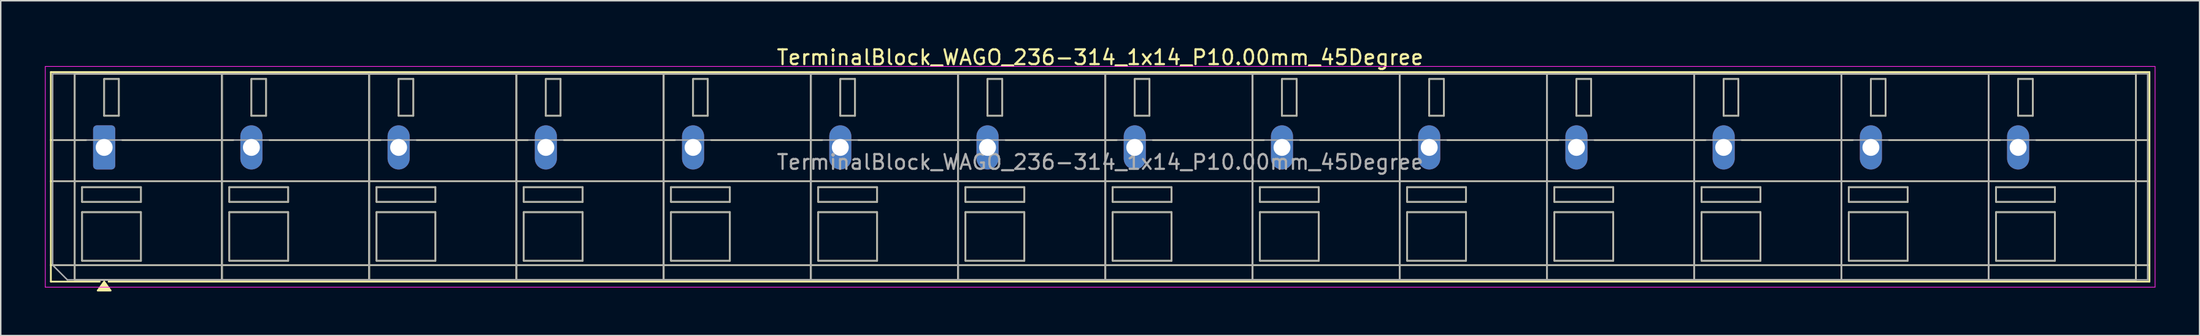
<source format=kicad_pcb>
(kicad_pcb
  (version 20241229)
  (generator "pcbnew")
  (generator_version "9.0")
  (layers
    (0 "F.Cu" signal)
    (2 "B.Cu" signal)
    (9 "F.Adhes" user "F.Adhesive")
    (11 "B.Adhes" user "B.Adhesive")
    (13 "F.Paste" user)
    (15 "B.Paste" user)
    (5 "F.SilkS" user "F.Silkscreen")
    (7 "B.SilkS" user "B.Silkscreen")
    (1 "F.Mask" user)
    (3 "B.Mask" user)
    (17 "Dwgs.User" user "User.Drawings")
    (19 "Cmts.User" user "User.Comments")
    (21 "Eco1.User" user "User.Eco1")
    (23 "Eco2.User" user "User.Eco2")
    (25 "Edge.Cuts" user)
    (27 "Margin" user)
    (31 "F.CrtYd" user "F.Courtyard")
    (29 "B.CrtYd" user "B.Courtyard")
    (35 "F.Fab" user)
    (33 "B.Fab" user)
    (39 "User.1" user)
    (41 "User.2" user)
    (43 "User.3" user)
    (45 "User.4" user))
  (footprint "TerminalBlock_WAGO_236-314_1x14_P10.00mm_45Degree"
    (layer "F.Cu")
    (at 4.025 6.968)
    (property "Reference" "TerminalBlock_WAGO_236-314_1x14_P10.00mm_45Degree" (at 67.65 -6.12 0) (layer "F.SilkS") (effects (font (size 1 1) (thickness 0.15))))
    (attr through_hole)
    (fp_line (start -3.62 -5.12) (end -3.62 9.12) (stroke (width 0.12) (type solid)) (layer "F.SilkS"))
    (fp_line (start -3.62 -5.12) (end 138.92 -5.12) (stroke (width 0.12) (type solid)) (layer "F.SilkS"))
    (fp_line (start -3.62 -0.5) (end -1.23 -0.5) (stroke (width 0.12) (type solid)) (layer "F.SilkS"))
    (fp_line (start -3.62 2.3) (end 138.92 2.3) (stroke (width 0.12) (type solid)) (layer "F.SilkS"))
    (fp_line (start -3.62 8) (end 138.92 8) (stroke (width 0.12) (type solid)) (layer "F.SilkS"))
    (fp_line (start -3.62 9.12) (end -0.3 9.12) (stroke (width 0.12) (type solid)) (layer "F.SilkS"))
    (fp_line (start -2 -5) (end -2 9) (stroke (width 0.12) (type solid)) (layer "F.SilkS"))
    (fp_line (start -2 -5) (end 8 -5) (stroke (width 0.12) (type solid)) (layer "F.SilkS"))
    (fp_line (start -2 9) (end 8 9) (stroke (width 0.12) (type solid)) (layer "F.SilkS"))
    (fp_line (start -1.5 2.7) (end -1.5 3.7) (stroke (width 0.12) (type solid)) (layer "F.SilkS"))
    (fp_line (start -1.5 2.7) (end 2.5 2.7) (stroke (width 0.12) (type solid)) (layer "F.SilkS"))
    (fp_line (start -1.5 3.7) (end 2.5 3.7) (stroke (width 0.12) (type solid)) (layer "F.SilkS"))
    (fp_line (start -1.5 4.4) (end -1.5 7.7) (stroke (width 0.12) (type solid)) (layer "F.SilkS"))
    (fp_line (start -1.5 4.4) (end 2.5 4.4) (stroke (width 0.12) (type solid)) (layer "F.SilkS"))
    (fp_line (start -1.5 7.7) (end 2.5 7.7) (stroke (width 0.12) (type solid)) (layer "F.SilkS"))
    (fp_line (start 0 -4.65) (end 0 -2.15) (stroke (width 0.12) (type solid)) (layer "F.SilkS"))
    (fp_line (start 0 -4.65) (end 1 -4.65) (stroke (width 0.12) (type solid)) (layer "F.SilkS"))
    (fp_line (start 0 -2.15) (end 1 -2.15) (stroke (width 0.12) (type solid)) (layer "F.SilkS"))
    (fp_line (start 0.3 9.12) (end 138.92 9.12) (stroke (width 0.12) (type solid)) (layer "F.SilkS"))
    (fp_line (start 1 -4.65) (end 1 -2.15) (stroke (width 0.12) (type solid)) (layer "F.SilkS"))
    (fp_line (start 1.23 -0.5) (end 8.77 -0.5) (stroke (width 0.12) (type solid)) (layer "F.SilkS"))
    (fp_line (start 2.5 2.7) (end 2.5 3.7) (stroke (width 0.12) (type solid)) (layer "F.SilkS"))
    (fp_line (start 2.5 4.4) (end 2.5 7.7) (stroke (width 0.12) (type solid)) (layer "F.SilkS"))
    (fp_line (start 8 -5) (end 8 9) (stroke (width 0.12) (type solid)) (layer "F.SilkS"))
    (fp_line (start 8 -5) (end 8 9) (stroke (width 0.12) (type solid)) (layer "F.SilkS"))
    (fp_line (start 8 -5) (end 18 -5) (stroke (width 0.12) (type solid)) (layer "F.SilkS"))
    (fp_line (start 8 9) (end 18 9) (stroke (width 0.12) (type solid)) (layer "F.SilkS"))
    (fp_line (start 8.5 2.7) (end 8.5 3.7) (stroke (width 0.12) (type solid)) (layer "F.SilkS"))
    (fp_line (start 8.5 2.7) (end 12.5 2.7) (stroke (width 0.12) (type solid)) (layer "F.SilkS"))
    (fp_line (start 8.5 3.7) (end 12.5 3.7) (stroke (width 0.12) (type solid)) (layer "F.SilkS"))
    (fp_line (start 8.5 4.4) (end 8.5 7.7) (stroke (width 0.12) (type solid)) (layer "F.SilkS"))
    (fp_line (start 8.5 4.4) (end 12.5 4.4) (stroke (width 0.12) (type solid)) (layer "F.SilkS"))
    (fp_line (start 8.5 7.7) (end 12.5 7.7) (stroke (width 0.12) (type solid)) (layer "F.SilkS"))
    (fp_line (start 10 -4.65) (end 10 -2.15) (stroke (width 0.12) (type solid)) (layer "F.SilkS"))
    (fp_line (start 10 -4.65) (end 11 -4.65) (stroke (width 0.12) (type solid)) (layer "F.SilkS"))
    (fp_line (start 10 -2.15) (end 11 -2.15) (stroke (width 0.12) (type solid)) (layer "F.SilkS"))
    (fp_line (start 11 -4.65) (end 11 -2.15) (stroke (width 0.12) (type solid)) (layer "F.SilkS"))
    (fp_line (start 11.23 -0.5) (end 18.77 -0.5) (stroke (width 0.12) (type solid)) (layer "F.SilkS"))
    (fp_line (start 12.5 2.7) (end 12.5 3.7) (stroke (width 0.12) (type solid)) (layer "F.SilkS"))
    (fp_line (start 12.5 4.4) (end 12.5 7.7) (stroke (width 0.12) (type solid)) (layer "F.SilkS"))
    (fp_line (start 18 -5) (end 18 9) (stroke (width 0.12) (type solid)) (layer "F.SilkS"))
    (fp_line (start 18 -5) (end 18 9) (stroke (width 0.12) (type solid)) (layer "F.SilkS"))
    (fp_line (start 18 -5) (end 28 -5) (stroke (width 0.12) (type solid)) (layer "F.SilkS"))
    (fp_line (start 18 9) (end 28 9) (stroke (width 0.12) (type solid)) (layer "F.SilkS"))
    (fp_line (start 18.5 2.7) (end 18.5 3.7) (stroke (width 0.12) (type solid)) (layer "F.SilkS"))
    (fp_line (start 18.5 2.7) (end 22.5 2.7) (stroke (width 0.12) (type solid)) (layer "F.SilkS"))
    (fp_line (start 18.5 3.7) (end 22.5 3.7) (stroke (width 0.12) (type solid)) (layer "F.SilkS"))
    (fp_line (start 18.5 4.4) (end 18.5 7.7) (stroke (width 0.12) (type solid)) (layer "F.SilkS"))
    (fp_line (start 18.5 4.4) (end 22.5 4.4) (stroke (width 0.12) (type solid)) (layer "F.SilkS"))
    (fp_line (start 18.5 7.7) (end 22.5 7.7) (stroke (width 0.12) (type solid)) (layer "F.SilkS"))
    (fp_line (start 20 -4.65) (end 20 -2.15) (stroke (width 0.12) (type solid)) (layer "F.SilkS"))
    (fp_line (start 20 -4.65) (end 21 -4.65) (stroke (width 0.12) (type solid)) (layer "F.SilkS"))
    (fp_line (start 20 -2.15) (end 21 -2.15) (stroke (width 0.12) (type solid)) (layer "F.SilkS"))
    (fp_line (start 21 -4.65) (end 21 -2.15) (stroke (width 0.12) (type solid)) (layer "F.SilkS"))
    (fp_line (start 21.23 -0.5) (end 28.77 -0.5) (stroke (width 0.12) (type solid)) (layer "F.SilkS"))
    (fp_line (start 22.5 2.7) (end 22.5 3.7) (stroke (width 0.12) (type solid)) (layer "F.SilkS"))
    (fp_line (start 22.5 4.4) (end 22.5 7.7) (stroke (width 0.12) (type solid)) (layer "F.SilkS"))
    (fp_line (start 28 -5) (end 28 9) (stroke (width 0.12) (type solid)) (layer "F.SilkS"))
    (fp_line (start 28 -5) (end 28 9) (stroke (width 0.12) (type solid)) (layer "F.SilkS"))
    (fp_line (start 28 -5) (end 38 -5) (stroke (width 0.12) (type solid)) (layer "F.SilkS"))
    (fp_line (start 28 9) (end 38 9) (stroke (width 0.12) (type solid)) (layer "F.SilkS"))
    (fp_line (start 28.5 2.7) (end 28.5 3.7) (stroke (width 0.12) (type solid)) (layer "F.SilkS"))
    (fp_line (start 28.5 2.7) (end 32.5 2.7) (stroke (width 0.12) (type solid)) (layer "F.SilkS"))
    (fp_line (start 28.5 3.7) (end 32.5 3.7) (stroke (width 0.12) (type solid)) (layer "F.SilkS"))
    (fp_line (start 28.5 4.4) (end 28.5 7.7) (stroke (width 0.12) (type solid)) (layer "F.SilkS"))
    (fp_line (start 28.5 4.4) (end 32.5 4.4) (stroke (width 0.12) (type solid)) (layer "F.SilkS"))
    (fp_line (start 28.5 7.7) (end 32.5 7.7) (stroke (width 0.12) (type solid)) (layer "F.SilkS"))
    (fp_line (start 30 -4.65) (end 30 -2.15) (stroke (width 0.12) (type solid)) (layer "F.SilkS"))
    (fp_line (start 30 -4.65) (end 31 -4.65) (stroke (width 0.12) (type solid)) (layer "F.SilkS"))
    (fp_line (start 30 -2.15) (end 31 -2.15) (stroke (width 0.12) (type solid)) (layer "F.SilkS"))
    (fp_line (start 31 -4.65) (end 31 -2.15) (stroke (width 0.12) (type solid)) (layer "F.SilkS"))
    (fp_line (start 31.23 -0.5) (end 38.77 -0.5) (stroke (width 0.12) (type solid)) (layer "F.SilkS"))
    (fp_line (start 32.5 2.7) (end 32.5 3.7) (stroke (width 0.12) (type solid)) (layer "F.SilkS"))
    (fp_line (start 32.5 4.4) (end 32.5 7.7) (stroke (width 0.12) (type solid)) (layer "F.SilkS"))
    (fp_line (start 38 -5) (end 38 9) (stroke (width 0.12) (type solid)) (layer "F.SilkS"))
    (fp_line (start 38 -5) (end 38 9) (stroke (width 0.12) (type solid)) (layer "F.SilkS"))
    (fp_line (start 38 -5) (end 48 -5) (stroke (width 0.12) (type solid)) (layer "F.SilkS"))
    (fp_line (start 38 9) (end 48 9) (stroke (width 0.12) (type solid)) (layer "F.SilkS"))
    (fp_line (start 38.5 2.7) (end 38.5 3.7) (stroke (width 0.12) (type solid)) (layer "F.SilkS"))
    (fp_line (start 38.5 2.7) (end 42.5 2.7) (stroke (width 0.12) (type solid)) (layer "F.SilkS"))
    (fp_line (start 38.5 3.7) (end 42.5 3.7) (stroke (width 0.12) (type solid)) (layer "F.SilkS"))
    (fp_line (start 38.5 4.4) (end 38.5 7.7) (stroke (width 0.12) (type solid)) (layer "F.SilkS"))
    (fp_line (start 38.5 4.4) (end 42.5 4.4) (stroke (width 0.12) (type solid)) (layer "F.SilkS"))
    (fp_line (start 38.5 7.7) (end 42.5 7.7) (stroke (width 0.12) (type solid)) (layer "F.SilkS"))
    (fp_line (start 40 -4.65) (end 40 -2.15) (stroke (width 0.12) (type solid)) (layer "F.SilkS"))
    (fp_line (start 40 -4.65) (end 41 -4.65) (stroke (width 0.12) (type solid)) (layer "F.SilkS"))
    (fp_line (start 40 -2.15) (end 41 -2.15) (stroke (width 0.12) (type solid)) (layer "F.SilkS"))
    (fp_line (start 41 -4.65) (end 41 -2.15) (stroke (width 0.12) (type solid)) (layer "F.SilkS"))
    (fp_line (start 41.23 -0.5) (end 48.77 -0.5) (stroke (width 0.12) (type solid)) (layer "F.SilkS"))
    (fp_line (start 42.5 2.7) (end 42.5 3.7) (stroke (width 0.12) (type solid)) (layer "F.SilkS"))
    (fp_line (start 42.5 4.4) (end 42.5 7.7) (stroke (width 0.12) (type solid)) (layer "F.SilkS"))
    (fp_line (start 48 -5) (end 48 9) (stroke (width 0.12) (type solid)) (layer "F.SilkS"))
    (fp_line (start 48 -5) (end 48 9) (stroke (width 0.12) (type solid)) (layer "F.SilkS"))
    (fp_line (start 48 -5) (end 58 -5) (stroke (width 0.12) (type solid)) (layer "F.SilkS"))
    (fp_line (start 48 9) (end 58 9) (stroke (width 0.12) (type solid)) (layer "F.SilkS"))
    (fp_line (start 48.5 2.7) (end 48.5 3.7) (stroke (width 0.12) (type solid)) (layer "F.SilkS"))
    (fp_line (start 48.5 2.7) (end 52.5 2.7) (stroke (width 0.12) (type solid)) (layer "F.SilkS"))
    (fp_line (start 48.5 3.7) (end 52.5 3.7) (stroke (width 0.12) (type solid)) (layer "F.SilkS"))
    (fp_line (start 48.5 4.4) (end 48.5 7.7) (stroke (width 0.12) (type solid)) (layer "F.SilkS"))
    (fp_line (start 48.5 4.4) (end 52.5 4.4) (stroke (width 0.12) (type solid)) (layer "F.SilkS"))
    (fp_line (start 48.5 7.7) (end 52.5 7.7) (stroke (width 0.12) (type solid)) (layer "F.SilkS"))
    (fp_line (start 50 -4.65) (end 50 -2.15) (stroke (width 0.12) (type solid)) (layer "F.SilkS"))
    (fp_line (start 50 -4.65) (end 51 -4.65) (stroke (width 0.12) (type solid)) (layer "F.SilkS"))
    (fp_line (start 50 -2.15) (end 51 -2.15) (stroke (width 0.12) (type solid)) (layer "F.SilkS"))
    (fp_line (start 51 -4.65) (end 51 -2.15) (stroke (width 0.12) (type solid)) (layer "F.SilkS"))
    (fp_line (start 51.23 -0.5) (end 58.77 -0.5) (stroke (width 0.12) (type solid)) (layer "F.SilkS"))
    (fp_line (start 52.5 2.7) (end 52.5 3.7) (stroke (width 0.12) (type solid)) (layer "F.SilkS"))
    (fp_line (start 52.5 4.4) (end 52.5 7.7) (stroke (width 0.12) (type solid)) (layer "F.SilkS"))
    (fp_line (start 58 -5) (end 58 9) (stroke (width 0.12) (type solid)) (layer "F.SilkS"))
    (fp_line (start 58 -5) (end 58 9) (stroke (width 0.12) (type solid)) (layer "F.SilkS"))
    (fp_line (start 58 -5) (end 68 -5) (stroke (width 0.12) (type solid)) (layer "F.SilkS"))
    (fp_line (start 58 9) (end 68 9) (stroke (width 0.12) (type solid)) (layer "F.SilkS"))
    (fp_line (start 58.5 2.7) (end 58.5 3.7) (stroke (width 0.12) (type solid)) (layer "F.SilkS"))
    (fp_line (start 58.5 2.7) (end 62.5 2.7) (stroke (width 0.12) (type solid)) (layer "F.SilkS"))
    (fp_line (start 58.5 3.7) (end 62.5 3.7) (stroke (width 0.12) (type solid)) (layer "F.SilkS"))
    (fp_line (start 58.5 4.4) (end 58.5 7.7) (stroke (width 0.12) (type solid)) (layer "F.SilkS"))
    (fp_line (start 58.5 4.4) (end 62.5 4.4) (stroke (width 0.12) (type solid)) (layer "F.SilkS"))
    (fp_line (start 58.5 7.7) (end 62.5 7.7) (stroke (width 0.12) (type solid)) (layer "F.SilkS"))
    (fp_line (start 60 -4.65) (end 60 -2.15) (stroke (width 0.12) (type solid)) (layer "F.SilkS"))
    (fp_line (start 60 -4.65) (end 61 -4.65) (stroke (width 0.12) (type solid)) (layer "F.SilkS"))
    (fp_line (start 60 -2.15) (end 61 -2.15) (stroke (width 0.12) (type solid)) (layer "F.SilkS"))
    (fp_line (start 61 -4.65) (end 61 -2.15) (stroke (width 0.12) (type solid)) (layer "F.SilkS"))
    (fp_line (start 61.23 -0.5) (end 68.77 -0.5) (stroke (width 0.12) (type solid)) (layer "F.SilkS"))
    (fp_line (start 62.5 2.7) (end 62.5 3.7) (stroke (width 0.12) (type solid)) (layer "F.SilkS"))
    (fp_line (start 62.5 4.4) (end 62.5 7.7) (stroke (width 0.12) (type solid)) (layer "F.SilkS"))
    (fp_line (start 68 -5) (end 68 9) (stroke (width 0.12) (type solid)) (layer "F.SilkS"))
    (fp_line (start 68 -5) (end 68 9) (stroke (width 0.12) (type solid)) (layer "F.SilkS"))
    (fp_line (start 68 -5) (end 78 -5) (stroke (width 0.12) (type solid)) (layer "F.SilkS"))
    (fp_line (start 68 9) (end 78 9) (stroke (width 0.12) (type solid)) (layer "F.SilkS"))
    (fp_line (start 68.5 2.7) (end 68.5 3.7) (stroke (width 0.12) (type solid)) (layer "F.SilkS"))
    (fp_line (start 68.5 2.7) (end 72.5 2.7) (stroke (width 0.12) (type solid)) (layer "F.SilkS"))
    (fp_line (start 68.5 3.7) (end 72.5 3.7) (stroke (width 0.12) (type solid)) (layer "F.SilkS"))
    (fp_line (start 68.5 4.4) (end 68.5 7.7) (stroke (width 0.12) (type solid)) (layer "F.SilkS"))
    (fp_line (start 68.5 4.4) (end 72.5 4.4) (stroke (width 0.12) (type solid)) (layer "F.SilkS"))
    (fp_line (start 68.5 7.7) (end 72.5 7.7) (stroke (width 0.12) (type solid)) (layer "F.SilkS"))
    (fp_line (start 70 -4.65) (end 70 -2.15) (stroke (width 0.12) (type solid)) (layer "F.SilkS"))
    (fp_line (start 70 -4.65) (end 71 -4.65) (stroke (width 0.12) (type solid)) (layer "F.SilkS"))
    (fp_line (start 70 -2.15) (end 71 -2.15) (stroke (width 0.12) (type solid)) (layer "F.SilkS"))
    (fp_line (start 71 -4.65) (end 71 -2.15) (stroke (width 0.12) (type solid)) (layer "F.SilkS"))
    (fp_line (start 71.23 -0.5) (end 78.77 -0.5) (stroke (width 0.12) (type solid)) (layer "F.SilkS"))
    (fp_line (start 72.5 2.7) (end 72.5 3.7) (stroke (width 0.12) (type solid)) (layer "F.SilkS"))
    (fp_line (start 72.5 4.4) (end 72.5 7.7) (stroke (width 0.12) (type solid)) (layer "F.SilkS"))
    (fp_line (start 78 -5) (end 78 9) (stroke (width 0.12) (type solid)) (layer "F.SilkS"))
    (fp_line (start 78 -5) (end 78 9) (stroke (width 0.12) (type solid)) (layer "F.SilkS"))
    (fp_line (start 78 -5) (end 88 -5) (stroke (width 0.12) (type solid)) (layer "F.SilkS"))
    (fp_line (start 78 9) (end 88 9) (stroke (width 0.12) (type solid)) (layer "F.SilkS"))
    (fp_line (start 78.5 2.7) (end 78.5 3.7) (stroke (width 0.12) (type solid)) (layer "F.SilkS"))
    (fp_line (start 78.5 2.7) (end 82.5 2.7) (stroke (width 0.12) (type solid)) (layer "F.SilkS"))
    (fp_line (start 78.5 3.7) (end 82.5 3.7) (stroke (width 0.12) (type solid)) (layer "F.SilkS"))
    (fp_line (start 78.5 4.4) (end 78.5 7.7) (stroke (width 0.12) (type solid)) (layer "F.SilkS"))
    (fp_line (start 78.5 4.4) (end 82.5 4.4) (stroke (width 0.12) (type solid)) (layer "F.SilkS"))
    (fp_line (start 78.5 7.7) (end 82.5 7.7) (stroke (width 0.12) (type solid)) (layer "F.SilkS"))
    (fp_line (start 80 -4.65) (end 80 -2.15) (stroke (width 0.12) (type solid)) (layer "F.SilkS"))
    (fp_line (start 80 -4.65) (end 81 -4.65) (stroke (width 0.12) (type solid)) (layer "F.SilkS"))
    (fp_line (start 80 -2.15) (end 81 -2.15) (stroke (width 0.12) (type solid)) (layer "F.SilkS"))
    (fp_line (start 81 -4.65) (end 81 -2.15) (stroke (width 0.12) (type solid)) (layer "F.SilkS"))
    (fp_line (start 81.23 -0.5) (end 88.77 -0.5) (stroke (width 0.12) (type solid)) (layer "F.SilkS"))
    (fp_line (start 82.5 2.7) (end 82.5 3.7) (stroke (width 0.12) (type solid)) (layer "F.SilkS"))
    (fp_line (start 82.5 4.4) (end 82.5 7.7) (stroke (width 0.12) (type solid)) (layer "F.SilkS"))
    (fp_line (start 88 -5) (end 88 9) (stroke (width 0.12) (type solid)) (layer "F.SilkS"))
    (fp_line (start 88 -5) (end 88 9) (stroke (width 0.12) (type solid)) (layer "F.SilkS"))
    (fp_line (start 88 -5) (end 98 -5) (stroke (width 0.12) (type solid)) (layer "F.SilkS"))
    (fp_line (start 88 9) (end 98 9) (stroke (width 0.12) (type solid)) (layer "F.SilkS"))
    (fp_line (start 88.5 2.7) (end 88.5 3.7) (stroke (width 0.12) (type solid)) (layer "F.SilkS"))
    (fp_line (start 88.5 2.7) (end 92.5 2.7) (stroke (width 0.12) (type solid)) (layer "F.SilkS"))
    (fp_line (start 88.5 3.7) (end 92.5 3.7) (stroke (width 0.12) (type solid)) (layer "F.SilkS"))
    (fp_line (start 88.5 4.4) (end 88.5 7.7) (stroke (width 0.12) (type solid)) (layer "F.SilkS"))
    (fp_line (start 88.5 4.4) (end 92.5 4.4) (stroke (width 0.12) (type solid)) (layer "F.SilkS"))
    (fp_line (start 88.5 7.7) (end 92.5 7.7) (stroke (width 0.12) (type solid)) (layer "F.SilkS"))
    (fp_line (start 90 -4.65) (end 90 -2.15) (stroke (width 0.12) (type solid)) (layer "F.SilkS"))
    (fp_line (start 90 -4.65) (end 91 -4.65) (stroke (width 0.12) (type solid)) (layer "F.SilkS"))
    (fp_line (start 90 -2.15) (end 91 -2.15) (stroke (width 0.12) (type solid)) (layer "F.SilkS"))
    (fp_line (start 91 -4.65) (end 91 -2.15) (stroke (width 0.12) (type solid)) (layer "F.SilkS"))
    (fp_line (start 91.23 -0.5) (end 98.77 -0.5) (stroke (width 0.12) (type solid)) (layer "F.SilkS"))
    (fp_line (start 92.5 2.7) (end 92.5 3.7) (stroke (width 0.12) (type solid)) (layer "F.SilkS"))
    (fp_line (start 92.5 4.4) (end 92.5 7.7) (stroke (width 0.12) (type solid)) (layer "F.SilkS"))
    (fp_line (start 98 -5) (end 98 9) (stroke (width 0.12) (type solid)) (layer "F.SilkS"))
    (fp_line (start 98 -5) (end 98 9) (stroke (width 0.12) (type solid)) (layer "F.SilkS"))
    (fp_line (start 98 -5) (end 108 -5) (stroke (width 0.12) (type solid)) (layer "F.SilkS"))
    (fp_line (start 98 9) (end 108 9) (stroke (width 0.12) (type solid)) (layer "F.SilkS"))
    (fp_line (start 98.5 2.7) (end 98.5 3.7) (stroke (width 0.12) (type solid)) (layer "F.SilkS"))
    (fp_line (start 98.5 2.7) (end 102.5 2.7) (stroke (width 0.12) (type solid)) (layer "F.SilkS"))
    (fp_line (start 98.5 3.7) (end 102.5 3.7) (stroke (width 0.12) (type solid)) (layer "F.SilkS"))
    (fp_line (start 98.5 4.4) (end 98.5 7.7) (stroke (width 0.12) (type solid)) (layer "F.SilkS"))
    (fp_line (start 98.5 4.4) (end 102.5 4.4) (stroke (width 0.12) (type solid)) (layer "F.SilkS"))
    (fp_line (start 98.5 7.7) (end 102.5 7.7) (stroke (width 0.12) (type solid)) (layer "F.SilkS"))
    (fp_line (start 100 -4.65) (end 100 -2.15) (stroke (width 0.12) (type solid)) (layer "F.SilkS"))
    (fp_line (start 100 -4.65) (end 101 -4.65) (stroke (width 0.12) (type solid)) (layer "F.SilkS"))
    (fp_line (start 100 -2.15) (end 101 -2.15) (stroke (width 0.12) (type solid)) (layer "F.SilkS"))
    (fp_line (start 101 -4.65) (end 101 -2.15) (stroke (width 0.12) (type solid)) (layer "F.SilkS"))
    (fp_line (start 101.23 -0.5) (end 108.77 -0.5) (stroke (width 0.12) (type solid)) (layer "F.SilkS"))
    (fp_line (start 102.5 2.7) (end 102.5 3.7) (stroke (width 0.12) (type solid)) (layer "F.SilkS"))
    (fp_line (start 102.5 4.4) (end 102.5 7.7) (stroke (width 0.12) (type solid)) (layer "F.SilkS"))
    (fp_line (start 108 -5) (end 108 9) (stroke (width 0.12) (type solid)) (layer "F.SilkS"))
    (fp_line (start 108 -5) (end 108 9) (stroke (width 0.12) (type solid)) (layer "F.SilkS"))
    (fp_line (start 108 -5) (end 118 -5) (stroke (width 0.12) (type solid)) (layer "F.SilkS"))
    (fp_line (start 108 9) (end 118 9) (stroke (width 0.12) (type solid)) (layer "F.SilkS"))
    (fp_line (start 108.5 2.7) (end 108.5 3.7) (stroke (width 0.12) (type solid)) (layer "F.SilkS"))
    (fp_line (start 108.5 2.7) (end 112.5 2.7) (stroke (width 0.12) (type solid)) (layer "F.SilkS"))
    (fp_line (start 108.5 3.7) (end 112.5 3.7) (stroke (width 0.12) (type solid)) (layer "F.SilkS"))
    (fp_line (start 108.5 4.4) (end 108.5 7.7) (stroke (width 0.12) (type solid)) (layer "F.SilkS"))
    (fp_line (start 108.5 4.4) (end 112.5 4.4) (stroke (width 0.12) (type solid)) (layer "F.SilkS"))
    (fp_line (start 108.5 7.7) (end 112.5 7.7) (stroke (width 0.12) (type solid)) (layer "F.SilkS"))
    (fp_line (start 110 -4.65) (end 110 -2.15) (stroke (width 0.12) (type solid)) (layer "F.SilkS"))
    (fp_line (start 110 -4.65) (end 111 -4.65) (stroke (width 0.12) (type solid)) (layer "F.SilkS"))
    (fp_line (start 110 -2.15) (end 111 -2.15) (stroke (width 0.12) (type solid)) (layer "F.SilkS"))
    (fp_line (start 111 -4.65) (end 111 -2.15) (stroke (width 0.12) (type solid)) (layer "F.SilkS"))
    (fp_line (start 111.23 -0.5) (end 118.77 -0.5) (stroke (width 0.12) (type solid)) (layer "F.SilkS"))
    (fp_line (start 112.5 2.7) (end 112.5 3.7) (stroke (width 0.12) (type solid)) (layer "F.SilkS"))
    (fp_line (start 112.5 4.4) (end 112.5 7.7) (stroke (width 0.12) (type solid)) (layer "F.SilkS"))
    (fp_line (start 118 -5) (end 118 9) (stroke (width 0.12) (type solid)) (layer "F.SilkS"))
    (fp_line (start 118 -5) (end 118 9) (stroke (width 0.12) (type solid)) (layer "F.SilkS"))
    (fp_line (start 118 -5) (end 128 -5) (stroke (width 0.12) (type solid)) (layer "F.SilkS"))
    (fp_line (start 118 9) (end 128 9) (stroke (width 0.12) (type solid)) (layer "F.SilkS"))
    (fp_line (start 118.5 2.7) (end 118.5 3.7) (stroke (width 0.12) (type solid)) (layer "F.SilkS"))
    (fp_line (start 118.5 2.7) (end 122.5 2.7) (stroke (width 0.12) (type solid)) (layer "F.SilkS"))
    (fp_line (start 118.5 3.7) (end 122.5 3.7) (stroke (width 0.12) (type solid)) (layer "F.SilkS"))
    (fp_line (start 118.5 4.4) (end 118.5 7.7) (stroke (width 0.12) (type solid)) (layer "F.SilkS"))
    (fp_line (start 118.5 4.4) (end 122.5 4.4) (stroke (width 0.12) (type solid)) (layer "F.SilkS"))
    (fp_line (start 118.5 7.7) (end 122.5 7.7) (stroke (width 0.12) (type solid)) (layer "F.SilkS"))
    (fp_line (start 120 -4.65) (end 120 -2.15) (stroke (width 0.12) (type solid)) (layer "F.SilkS"))
    (fp_line (start 120 -4.65) (end 121 -4.65) (stroke (width 0.12) (type solid)) (layer "F.SilkS"))
    (fp_line (start 120 -2.15) (end 121 -2.15) (stroke (width 0.12) (type solid)) (layer "F.SilkS"))
    (fp_line (start 121 -4.65) (end 121 -2.15) (stroke (width 0.12) (type solid)) (layer "F.SilkS"))
    (fp_line (start 121.23 -0.5) (end 128.77 -0.5) (stroke (width 0.12) (type solid)) (layer "F.SilkS"))
    (fp_line (start 122.5 2.7) (end 122.5 3.7) (stroke (width 0.12) (type solid)) (layer "F.SilkS"))
    (fp_line (start 122.5 4.4) (end 122.5 7.7) (stroke (width 0.12) (type solid)) (layer "F.SilkS"))
    (fp_line (start 128 -5) (end 128 9) (stroke (width 0.12) (type solid)) (layer "F.SilkS"))
    (fp_line (start 128 -5) (end 128 9) (stroke (width 0.12) (type solid)) (layer "F.SilkS"))
    (fp_line (start 128 -5) (end 138 -5) (stroke (width 0.12) (type solid)) (layer "F.SilkS"))
    (fp_line (start 128 9) (end 138 9) (stroke (width 0.12) (type solid)) (layer "F.SilkS"))
    (fp_line (start 128.5 2.7) (end 128.5 3.7) (stroke (width 0.12) (type solid)) (layer "F.SilkS"))
    (fp_line (start 128.5 2.7) (end 132.5 2.7) (stroke (width 0.12) (type solid)) (layer "F.SilkS"))
    (fp_line (start 128.5 3.7) (end 132.5 3.7) (stroke (width 0.12) (type solid)) (layer "F.SilkS"))
    (fp_line (start 128.5 4.4) (end 128.5 7.7) (stroke (width 0.12) (type solid)) (layer "F.SilkS"))
    (fp_line (start 128.5 4.4) (end 132.5 4.4) (stroke (width 0.12) (type solid)) (layer "F.SilkS"))
    (fp_line (start 128.5 7.7) (end 132.5 7.7) (stroke (width 0.12) (type solid)) (layer "F.SilkS"))
    (fp_line (start 130 -4.65) (end 130 -2.15) (stroke (width 0.12) (type solid)) (layer "F.SilkS"))
    (fp_line (start 130 -4.65) (end 131 -4.65) (stroke (width 0.12) (type solid)) (layer "F.SilkS"))
    (fp_line (start 130 -2.15) (end 131 -2.15) (stroke (width 0.12) (type solid)) (layer "F.SilkS"))
    (fp_line (start 131 -4.65) (end 131 -2.15) (stroke (width 0.12) (type solid)) (layer "F.SilkS"))
    (fp_line (start 131.23 -0.5) (end 138.92 -0.5) (stroke (width 0.12) (type solid)) (layer "F.SilkS"))
    (fp_line (start 132.5 2.7) (end 132.5 3.7) (stroke (width 0.12) (type solid)) (layer "F.SilkS"))
    (fp_line (start 132.5 4.4) (end 132.5 7.7) (stroke (width 0.12) (type solid)) (layer "F.SilkS"))
    (fp_line (start 138 -5) (end 138 9) (stroke (width 0.12) (type solid)) (layer "F.SilkS"))
    (fp_line (start 138.92 -5.12) (end 138.92 9.12) (stroke (width 0.12) (type solid)) (layer "F.SilkS"))
    (fp_poly (pts (xy 0 9.12) (xy 0.44 9.73) (xy -0.44 9.73)) (stroke (width 0.12) (type solid)) (fill yes) (layer "F.SilkS"))
    (fp_line (start -4 -5.5) (end -4 9.5) (stroke (width 0.05) (type solid)) (layer "F.CrtYd"))
    (fp_line (start -4 9.5) (end 139.3 9.5) (stroke (width 0.05) (type solid)) (layer "F.CrtYd"))
    (fp_line (start 139.3 -5.5) (end -4 -5.5) (stroke (width 0.05) (type solid)) (layer "F.CrtYd"))
    (fp_line (start 139.3 9.5) (end 139.3 -5.5) (stroke (width 0.05) (type solid)) (layer "F.CrtYd"))
    (fp_line (start -3.5 -5) (end 138.8 -5) (stroke (width 0.1) (type solid)) (layer "F.Fab"))
    (fp_line (start -3.5 -0.5) (end 138.8 -0.5) (stroke (width 0.1) (type solid)) (layer "F.Fab"))
    (fp_line (start -3.5 2.3) (end 138.8 2.3) (stroke (width 0.1) (type solid)) (layer "F.Fab"))
    (fp_line (start -3.5 8) (end -3.5 -5) (stroke (width 0.1) (type solid)) (layer "F.Fab"))
    (fp_line (start -3.5 8) (end 138.8 8) (stroke (width 0.1) (type solid)) (layer "F.Fab"))
    (fp_line (start -2.5 9) (end -3.5 8) (stroke (width 0.1) (type solid)) (layer "F.Fab"))
    (fp_line (start -2 -5) (end -2 9) (stroke (width 0.1) (type solid)) (layer "F.Fab"))
    (fp_line (start -2 9) (end 8 9) (stroke (width 0.1) (type solid)) (layer "F.Fab"))
    (fp_line (start -1.5 2.7) (end -1.5 3.7) (stroke (width 0.1) (type solid)) (layer "F.Fab"))
    (fp_line (start -1.5 3.7) (end 2.5 3.7) (stroke (width 0.1) (type solid)) (layer "F.Fab"))
    (fp_line (start -1.5 4.4) (end -1.5 7.7) (stroke (width 0.1) (type solid)) (layer "F.Fab"))
    (fp_line (start -1.5 7.7) (end 2.5 7.7) (stroke (width 0.1) (type solid)) (layer "F.Fab"))
    (fp_line (start 0 -4.65) (end 0 -2.15) (stroke (width 0.1) (type solid)) (layer "F.Fab"))
    (fp_line (start 0 -2.15) (end 1 -2.15) (stroke (width 0.1) (type solid)) (layer "F.Fab"))
    (fp_line (start 1 -4.65) (end 0 -4.65) (stroke (width 0.1) (type solid)) (layer "F.Fab"))
    (fp_line (start 1 -2.15) (end 1 -4.65) (stroke (width 0.1) (type solid)) (layer "F.Fab"))
    (fp_line (start 2.5 2.7) (end -1.5 2.7) (stroke (width 0.1) (type solid)) (layer "F.Fab"))
    (fp_line (start 2.5 3.7) (end 2.5 2.7) (stroke (width 0.1) (type solid)) (layer "F.Fab"))
    (fp_line (start 2.5 4.4) (end -1.5 4.4) (stroke (width 0.1) (type solid)) (layer "F.Fab"))
    (fp_line (start 2.5 7.7) (end 2.5 4.4) (stroke (width 0.1) (type solid)) (layer "F.Fab"))
    (fp_line (start 8 -5) (end -2 -5) (stroke (width 0.1) (type solid)) (layer "F.Fab"))
    (fp_line (start 8 -5) (end 8 9) (stroke (width 0.1) (type solid)) (layer "F.Fab"))
    (fp_line (start 8 9) (end 8 -5) (stroke (width 0.1) (type solid)) (layer "F.Fab"))
    (fp_line (start 8 9) (end 18 9) (stroke (width 0.1) (type solid)) (layer "F.Fab"))
    (fp_line (start 8.5 2.7) (end 8.5 3.7) (stroke (width 0.1) (type solid)) (layer "F.Fab"))
    (fp_line (start 8.5 3.7) (end 12.5 3.7) (stroke (width 0.1) (type solid)) (layer "F.Fab"))
    (fp_line (start 8.5 4.4) (end 8.5 7.7) (stroke (width 0.1) (type solid)) (layer "F.Fab"))
    (fp_line (start 8.5 7.7) (end 12.5 7.7) (stroke (width 0.1) (type solid)) (layer "F.Fab"))
    (fp_line (start 10 -4.65) (end 10 -2.15) (stroke (width 0.1) (type solid)) (layer "F.Fab"))
    (fp_line (start 10 -2.15) (end 11 -2.15) (stroke (width 0.1) (type solid)) (layer "F.Fab"))
    (fp_line (start 11 -4.65) (end 10 -4.65) (stroke (width 0.1) (type solid)) (layer "F.Fab"))
    (fp_line (start 11 -2.15) (end 11 -4.65) (stroke (width 0.1) (type solid)) (layer "F.Fab"))
    (fp_line (start 12.5 2.7) (end 8.5 2.7) (stroke (width 0.1) (type solid)) (layer "F.Fab"))
    (fp_line (start 12.5 3.7) (end 12.5 2.7) (stroke (width 0.1) (type solid)) (layer "F.Fab"))
    (fp_line (start 12.5 4.4) (end 8.5 4.4) (stroke (width 0.1) (type solid)) (layer "F.Fab"))
    (fp_line (start 12.5 7.7) (end 12.5 4.4) (stroke (width 0.1) (type solid)) (layer "F.Fab"))
    (fp_line (start 18 -5) (end 8 -5) (stroke (width 0.1) (type solid)) (layer "F.Fab"))
    (fp_line (start 18 -5) (end 18 9) (stroke (width 0.1) (type solid)) (layer "F.Fab"))
    (fp_line (start 18 9) (end 18 -5) (stroke (width 0.1) (type solid)) (layer "F.Fab"))
    (fp_line (start 18 9) (end 28 9) (stroke (width 0.1) (type solid)) (layer "F.Fab"))
    (fp_line (start 18.5 2.7) (end 18.5 3.7) (stroke (width 0.1) (type solid)) (layer "F.Fab"))
    (fp_line (start 18.5 3.7) (end 22.5 3.7) (stroke (width 0.1) (type solid)) (layer "F.Fab"))
    (fp_line (start 18.5 4.4) (end 18.5 7.7) (stroke (width 0.1) (type solid)) (layer "F.Fab"))
    (fp_line (start 18.5 7.7) (end 22.5 7.7) (stroke (width 0.1) (type solid)) (layer "F.Fab"))
    (fp_line (start 20 -4.65) (end 20 -2.15) (stroke (width 0.1) (type solid)) (layer "F.Fab"))
    (fp_line (start 20 -2.15) (end 21 -2.15) (stroke (width 0.1) (type solid)) (layer "F.Fab"))
    (fp_line (start 21 -4.65) (end 20 -4.65) (stroke (width 0.1) (type solid)) (layer "F.Fab"))
    (fp_line (start 21 -2.15) (end 21 -4.65) (stroke (width 0.1) (type solid)) (layer "F.Fab"))
    (fp_line (start 22.5 2.7) (end 18.5 2.7) (stroke (width 0.1) (type solid)) (layer "F.Fab"))
    (fp_line (start 22.5 3.7) (end 22.5 2.7) (stroke (width 0.1) (type solid)) (layer "F.Fab"))
    (fp_line (start 22.5 4.4) (end 18.5 4.4) (stroke (width 0.1) (type solid)) (layer "F.Fab"))
    (fp_line (start 22.5 7.7) (end 22.5 4.4) (stroke (width 0.1) (type solid)) (layer "F.Fab"))
    (fp_line (start 28 -5) (end 18 -5) (stroke (width 0.1) (type solid)) (layer "F.Fab"))
    (fp_line (start 28 -5) (end 28 9) (stroke (width 0.1) (type solid)) (layer "F.Fab"))
    (fp_line (start 28 9) (end 28 -5) (stroke (width 0.1) (type solid)) (layer "F.Fab"))
    (fp_line (start 28 9) (end 38 9) (stroke (width 0.1) (type solid)) (layer "F.Fab"))
    (fp_line (start 28.5 2.7) (end 28.5 3.7) (stroke (width 0.1) (type solid)) (layer "F.Fab"))
    (fp_line (start 28.5 3.7) (end 32.5 3.7) (stroke (width 0.1) (type solid)) (layer "F.Fab"))
    (fp_line (start 28.5 4.4) (end 28.5 7.7) (stroke (width 0.1) (type solid)) (layer "F.Fab"))
    (fp_line (start 28.5 7.7) (end 32.5 7.7) (stroke (width 0.1) (type solid)) (layer "F.Fab"))
    (fp_line (start 30 -4.65) (end 30 -2.15) (stroke (width 0.1) (type solid)) (layer "F.Fab"))
    (fp_line (start 30 -2.15) (end 31 -2.15) (stroke (width 0.1) (type solid)) (layer "F.Fab"))
    (fp_line (start 31 -4.65) (end 30 -4.65) (stroke (width 0.1) (type solid)) (layer "F.Fab"))
    (fp_line (start 31 -2.15) (end 31 -4.65) (stroke (width 0.1) (type solid)) (layer "F.Fab"))
    (fp_line (start 32.5 2.7) (end 28.5 2.7) (stroke (width 0.1) (type solid)) (layer "F.Fab"))
    (fp_line (start 32.5 3.7) (end 32.5 2.7) (stroke (width 0.1) (type solid)) (layer "F.Fab"))
    (fp_line (start 32.5 4.4) (end 28.5 4.4) (stroke (width 0.1) (type solid)) (layer "F.Fab"))
    (fp_line (start 32.5 7.7) (end 32.5 4.4) (stroke (width 0.1) (type solid)) (layer "F.Fab"))
    (fp_line (start 38 -5) (end 28 -5) (stroke (width 0.1) (type solid)) (layer "F.Fab"))
    (fp_line (start 38 -5) (end 38 9) (stroke (width 0.1) (type solid)) (layer "F.Fab"))
    (fp_line (start 38 9) (end 38 -5) (stroke (width 0.1) (type solid)) (layer "F.Fab"))
    (fp_line (start 38 9) (end 48 9) (stroke (width 0.1) (type solid)) (layer "F.Fab"))
    (fp_line (start 38.5 2.7) (end 38.5 3.7) (stroke (width 0.1) (type solid)) (layer "F.Fab"))
    (fp_line (start 38.5 3.7) (end 42.5 3.7) (stroke (width 0.1) (type solid)) (layer "F.Fab"))
    (fp_line (start 38.5 4.4) (end 38.5 7.7) (stroke (width 0.1) (type solid)) (layer "F.Fab"))
    (fp_line (start 38.5 7.7) (end 42.5 7.7) (stroke (width 0.1) (type solid)) (layer "F.Fab"))
    (fp_line (start 40 -4.65) (end 40 -2.15) (stroke (width 0.1) (type solid)) (layer "F.Fab"))
    (fp_line (start 40 -2.15) (end 41 -2.15) (stroke (width 0.1) (type solid)) (layer "F.Fab"))
    (fp_line (start 41 -4.65) (end 40 -4.65) (stroke (width 0.1) (type solid)) (layer "F.Fab"))
    (fp_line (start 41 -2.15) (end 41 -4.65) (stroke (width 0.1) (type solid)) (layer "F.Fab"))
    (fp_line (start 42.5 2.7) (end 38.5 2.7) (stroke (width 0.1) (type solid)) (layer "F.Fab"))
    (fp_line (start 42.5 3.7) (end 42.5 2.7) (stroke (width 0.1) (type solid)) (layer "F.Fab"))
    (fp_line (start 42.5 4.4) (end 38.5 4.4) (stroke (width 0.1) (type solid)) (layer "F.Fab"))
    (fp_line (start 42.5 7.7) (end 42.5 4.4) (stroke (width 0.1) (type solid)) (layer "F.Fab"))
    (fp_line (start 48 -5) (end 38 -5) (stroke (width 0.1) (type solid)) (layer "F.Fab"))
    (fp_line (start 48 -5) (end 48 9) (stroke (width 0.1) (type solid)) (layer "F.Fab"))
    (fp_line (start 48 9) (end 48 -5) (stroke (width 0.1) (type solid)) (layer "F.Fab"))
    (fp_line (start 48 9) (end 58 9) (stroke (width 0.1) (type solid)) (layer "F.Fab"))
    (fp_line (start 48.5 2.7) (end 48.5 3.7) (stroke (width 0.1) (type solid)) (layer "F.Fab"))
    (fp_line (start 48.5 3.7) (end 52.5 3.7) (stroke (width 0.1) (type solid)) (layer "F.Fab"))
    (fp_line (start 48.5 4.4) (end 48.5 7.7) (stroke (width 0.1) (type solid)) (layer "F.Fab"))
    (fp_line (start 48.5 7.7) (end 52.5 7.7) (stroke (width 0.1) (type solid)) (layer "F.Fab"))
    (fp_line (start 50 -4.65) (end 50 -2.15) (stroke (width 0.1) (type solid)) (layer "F.Fab"))
    (fp_line (start 50 -2.15) (end 51 -2.15) (stroke (width 0.1) (type solid)) (layer "F.Fab"))
    (fp_line (start 51 -4.65) (end 50 -4.65) (stroke (width 0.1) (type solid)) (layer "F.Fab"))
    (fp_line (start 51 -2.15) (end 51 -4.65) (stroke (width 0.1) (type solid)) (layer "F.Fab"))
    (fp_line (start 52.5 2.7) (end 48.5 2.7) (stroke (width 0.1) (type solid)) (layer "F.Fab"))
    (fp_line (start 52.5 3.7) (end 52.5 2.7) (stroke (width 0.1) (type solid)) (layer "F.Fab"))
    (fp_line (start 52.5 4.4) (end 48.5 4.4) (stroke (width 0.1) (type solid)) (layer "F.Fab"))
    (fp_line (start 52.5 7.7) (end 52.5 4.4) (stroke (width 0.1) (type solid)) (layer "F.Fab"))
    (fp_line (start 58 -5) (end 48 -5) (stroke (width 0.1) (type solid)) (layer "F.Fab"))
    (fp_line (start 58 -5) (end 58 9) (stroke (width 0.1) (type solid)) (layer "F.Fab"))
    (fp_line (start 58 9) (end 58 -5) (stroke (width 0.1) (type solid)) (layer "F.Fab"))
    (fp_line (start 58 9) (end 68 9) (stroke (width 0.1) (type solid)) (layer "F.Fab"))
    (fp_line (start 58.5 2.7) (end 58.5 3.7) (stroke (width 0.1) (type solid)) (layer "F.Fab"))
    (fp_line (start 58.5 3.7) (end 62.5 3.7) (stroke (width 0.1) (type solid)) (layer "F.Fab"))
    (fp_line (start 58.5 4.4) (end 58.5 7.7) (stroke (width 0.1) (type solid)) (layer "F.Fab"))
    (fp_line (start 58.5 7.7) (end 62.5 7.7) (stroke (width 0.1) (type solid)) (layer "F.Fab"))
    (fp_line (start 60 -4.65) (end 60 -2.15) (stroke (width 0.1) (type solid)) (layer "F.Fab"))
    (fp_line (start 60 -2.15) (end 61 -2.15) (stroke (width 0.1) (type solid)) (layer "F.Fab"))
    (fp_line (start 61 -4.65) (end 60 -4.65) (stroke (width 0.1) (type solid)) (layer "F.Fab"))
    (fp_line (start 61 -2.15) (end 61 -4.65) (stroke (width 0.1) (type solid)) (layer "F.Fab"))
    (fp_line (start 62.5 2.7) (end 58.5 2.7) (stroke (width 0.1) (type solid)) (layer "F.Fab"))
    (fp_line (start 62.5 3.7) (end 62.5 2.7) (stroke (width 0.1) (type solid)) (layer "F.Fab"))
    (fp_line (start 62.5 4.4) (end 58.5 4.4) (stroke (width 0.1) (type solid)) (layer "F.Fab"))
    (fp_line (start 62.5 7.7) (end 62.5 4.4) (stroke (width 0.1) (type solid)) (layer "F.Fab"))
    (fp_line (start 68 -5) (end 58 -5) (stroke (width 0.1) (type solid)) (layer "F.Fab"))
    (fp_line (start 68 -5) (end 68 9) (stroke (width 0.1) (type solid)) (layer "F.Fab"))
    (fp_line (start 68 9) (end 68 -5) (stroke (width 0.1) (type solid)) (layer "F.Fab"))
    (fp_line (start 68 9) (end 78 9) (stroke (width 0.1) (type solid)) (layer "F.Fab"))
    (fp_line (start 68.5 2.7) (end 68.5 3.7) (stroke (width 0.1) (type solid)) (layer "F.Fab"))
    (fp_line (start 68.5 3.7) (end 72.5 3.7) (stroke (width 0.1) (type solid)) (layer "F.Fab"))
    (fp_line (start 68.5 4.4) (end 68.5 7.7) (stroke (width 0.1) (type solid)) (layer "F.Fab"))
    (fp_line (start 68.5 7.7) (end 72.5 7.7) (stroke (width 0.1) (type solid)) (layer "F.Fab"))
    (fp_line (start 70 -4.65) (end 70 -2.15) (stroke (width 0.1) (type solid)) (layer "F.Fab"))
    (fp_line (start 70 -2.15) (end 71 -2.15) (stroke (width 0.1) (type solid)) (layer "F.Fab"))
    (fp_line (start 71 -4.65) (end 70 -4.65) (stroke (width 0.1) (type solid)) (layer "F.Fab"))
    (fp_line (start 71 -2.15) (end 71 -4.65) (stroke (width 0.1) (type solid)) (layer "F.Fab"))
    (fp_line (start 72.5 2.7) (end 68.5 2.7) (stroke (width 0.1) (type solid)) (layer "F.Fab"))
    (fp_line (start 72.5 3.7) (end 72.5 2.7) (stroke (width 0.1) (type solid)) (layer "F.Fab"))
    (fp_line (start 72.5 4.4) (end 68.5 4.4) (stroke (width 0.1) (type solid)) (layer "F.Fab"))
    (fp_line (start 72.5 7.7) (end 72.5 4.4) (stroke (width 0.1) (type solid)) (layer "F.Fab"))
    (fp_line (start 78 -5) (end 68 -5) (stroke (width 0.1) (type solid)) (layer "F.Fab"))
    (fp_line (start 78 -5) (end 78 9) (stroke (width 0.1) (type solid)) (layer "F.Fab"))
    (fp_line (start 78 9) (end 78 -5) (stroke (width 0.1) (type solid)) (layer "F.Fab"))
    (fp_line (start 78 9) (end 88 9) (stroke (width 0.1) (type solid)) (layer "F.Fab"))
    (fp_line (start 78.5 2.7) (end 78.5 3.7) (stroke (width 0.1) (type solid)) (layer "F.Fab"))
    (fp_line (start 78.5 3.7) (end 82.5 3.7) (stroke (width 0.1) (type solid)) (layer "F.Fab"))
    (fp_line (start 78.5 4.4) (end 78.5 7.7) (stroke (width 0.1) (type solid)) (layer "F.Fab"))
    (fp_line (start 78.5 7.7) (end 82.5 7.7) (stroke (width 0.1) (type solid)) (layer "F.Fab"))
    (fp_line (start 80 -4.65) (end 80 -2.15) (stroke (width 0.1) (type solid)) (layer "F.Fab"))
    (fp_line (start 80 -2.15) (end 81 -2.15) (stroke (width 0.1) (type solid)) (layer "F.Fab"))
    (fp_line (start 81 -4.65) (end 80 -4.65) (stroke (width 0.1) (type solid)) (layer "F.Fab"))
    (fp_line (start 81 -2.15) (end 81 -4.65) (stroke (width 0.1) (type solid)) (layer "F.Fab"))
    (fp_line (start 82.5 2.7) (end 78.5 2.7) (stroke (width 0.1) (type solid)) (layer "F.Fab"))
    (fp_line (start 82.5 3.7) (end 82.5 2.7) (stroke (width 0.1) (type solid)) (layer "F.Fab"))
    (fp_line (start 82.5 4.4) (end 78.5 4.4) (stroke (width 0.1) (type solid)) (layer "F.Fab"))
    (fp_line (start 82.5 7.7) (end 82.5 4.4) (stroke (width 0.1) (type solid)) (layer "F.Fab"))
    (fp_line (start 88 -5) (end 78 -5) (stroke (width 0.1) (type solid)) (layer "F.Fab"))
    (fp_line (start 88 -5) (end 88 9) (stroke (width 0.1) (type solid)) (layer "F.Fab"))
    (fp_line (start 88 9) (end 88 -5) (stroke (width 0.1) (type solid)) (layer "F.Fab"))
    (fp_line (start 88 9) (end 98 9) (stroke (width 0.1) (type solid)) (layer "F.Fab"))
    (fp_line (start 88.5 2.7) (end 88.5 3.7) (stroke (width 0.1) (type solid)) (layer "F.Fab"))
    (fp_line (start 88.5 3.7) (end 92.5 3.7) (stroke (width 0.1) (type solid)) (layer "F.Fab"))
    (fp_line (start 88.5 4.4) (end 88.5 7.7) (stroke (width 0.1) (type solid)) (layer "F.Fab"))
    (fp_line (start 88.5 7.7) (end 92.5 7.7) (stroke (width 0.1) (type solid)) (layer "F.Fab"))
    (fp_line (start 90 -4.65) (end 90 -2.15) (stroke (width 0.1) (type solid)) (layer "F.Fab"))
    (fp_line (start 90 -2.15) (end 91 -2.15) (stroke (width 0.1) (type solid)) (layer "F.Fab"))
    (fp_line (start 91 -4.65) (end 90 -4.65) (stroke (width 0.1) (type solid)) (layer "F.Fab"))
    (fp_line (start 91 -2.15) (end 91 -4.65) (stroke (width 0.1) (type solid)) (layer "F.Fab"))
    (fp_line (start 92.5 2.7) (end 88.5 2.7) (stroke (width 0.1) (type solid)) (layer "F.Fab"))
    (fp_line (start 92.5 3.7) (end 92.5 2.7) (stroke (width 0.1) (type solid)) (layer "F.Fab"))
    (fp_line (start 92.5 4.4) (end 88.5 4.4) (stroke (width 0.1) (type solid)) (layer "F.Fab"))
    (fp_line (start 92.5 7.7) (end 92.5 4.4) (stroke (width 0.1) (type solid)) (layer "F.Fab"))
    (fp_line (start 98 -5) (end 88 -5) (stroke (width 0.1) (type solid)) (layer "F.Fab"))
    (fp_line (start 98 -5) (end 98 9) (stroke (width 0.1) (type solid)) (layer "F.Fab"))
    (fp_line (start 98 9) (end 98 -5) (stroke (width 0.1) (type solid)) (layer "F.Fab"))
    (fp_line (start 98 9) (end 108 9) (stroke (width 0.1) (type solid)) (layer "F.Fab"))
    (fp_line (start 98.5 2.7) (end 98.5 3.7) (stroke (width 0.1) (type solid)) (layer "F.Fab"))
    (fp_line (start 98.5 3.7) (end 102.5 3.7) (stroke (width 0.1) (type solid)) (layer "F.Fab"))
    (fp_line (start 98.5 4.4) (end 98.5 7.7) (stroke (width 0.1) (type solid)) (layer "F.Fab"))
    (fp_line (start 98.5 7.7) (end 102.5 7.7) (stroke (width 0.1) (type solid)) (layer "F.Fab"))
    (fp_line (start 100 -4.65) (end 100 -2.15) (stroke (width 0.1) (type solid)) (layer "F.Fab"))
    (fp_line (start 100 -2.15) (end 101 -2.15) (stroke (width 0.1) (type solid)) (layer "F.Fab"))
    (fp_line (start 101 -4.65) (end 100 -4.65) (stroke (width 0.1) (type solid)) (layer "F.Fab"))
    (fp_line (start 101 -2.15) (end 101 -4.65) (stroke (width 0.1) (type solid)) (layer "F.Fab"))
    (fp_line (start 102.5 2.7) (end 98.5 2.7) (stroke (width 0.1) (type solid)) (layer "F.Fab"))
    (fp_line (start 102.5 3.7) (end 102.5 2.7) (stroke (width 0.1) (type solid)) (layer "F.Fab"))
    (fp_line (start 102.5 4.4) (end 98.5 4.4) (stroke (width 0.1) (type solid)) (layer "F.Fab"))
    (fp_line (start 102.5 7.7) (end 102.5 4.4) (stroke (width 0.1) (type solid)) (layer "F.Fab"))
    (fp_line (start 108 -5) (end 98 -5) (stroke (width 0.1) (type solid)) (layer "F.Fab"))
    (fp_line (start 108 -5) (end 108 9) (stroke (width 0.1) (type solid)) (layer "F.Fab"))
    (fp_line (start 108 9) (end 108 -5) (stroke (width 0.1) (type solid)) (layer "F.Fab"))
    (fp_line (start 108 9) (end 118 9) (stroke (width 0.1) (type solid)) (layer "F.Fab"))
    (fp_line (start 108.5 2.7) (end 108.5 3.7) (stroke (width 0.1) (type solid)) (layer "F.Fab"))
    (fp_line (start 108.5 3.7) (end 112.5 3.7) (stroke (width 0.1) (type solid)) (layer "F.Fab"))
    (fp_line (start 108.5 4.4) (end 108.5 7.7) (stroke (width 0.1) (type solid)) (layer "F.Fab"))
    (fp_line (start 108.5 7.7) (end 112.5 7.7) (stroke (width 0.1) (type solid)) (layer "F.Fab"))
    (fp_line (start 110 -4.65) (end 110 -2.15) (stroke (width 0.1) (type solid)) (layer "F.Fab"))
    (fp_line (start 110 -2.15) (end 111 -2.15) (stroke (width 0.1) (type solid)) (layer "F.Fab"))
    (fp_line (start 111 -4.65) (end 110 -4.65) (stroke (width 0.1) (type solid)) (layer "F.Fab"))
    (fp_line (start 111 -2.15) (end 111 -4.65) (stroke (width 0.1) (type solid)) (layer "F.Fab"))
    (fp_line (start 112.5 2.7) (end 108.5 2.7) (stroke (width 0.1) (type solid)) (layer "F.Fab"))
    (fp_line (start 112.5 3.7) (end 112.5 2.7) (stroke (width 0.1) (type solid)) (layer "F.Fab"))
    (fp_line (start 112.5 4.4) (end 108.5 4.4) (stroke (width 0.1) (type solid)) (layer "F.Fab"))
    (fp_line (start 112.5 7.7) (end 112.5 4.4) (stroke (width 0.1) (type solid)) (layer "F.Fab"))
    (fp_line (start 118 -5) (end 108 -5) (stroke (width 0.1) (type solid)) (layer "F.Fab"))
    (fp_line (start 118 -5) (end 118 9) (stroke (width 0.1) (type solid)) (layer "F.Fab"))
    (fp_line (start 118 9) (end 118 -5) (stroke (width 0.1) (type solid)) (layer "F.Fab"))
    (fp_line (start 118 9) (end 128 9) (stroke (width 0.1) (type solid)) (layer "F.Fab"))
    (fp_line (start 118.5 2.7) (end 118.5 3.7) (stroke (width 0.1) (type solid)) (layer "F.Fab"))
    (fp_line (start 118.5 3.7) (end 122.5 3.7) (stroke (width 0.1) (type solid)) (layer "F.Fab"))
    (fp_line (start 118.5 4.4) (end 118.5 7.7) (stroke (width 0.1) (type solid)) (layer "F.Fab"))
    (fp_line (start 118.5 7.7) (end 122.5 7.7) (stroke (width 0.1) (type solid)) (layer "F.Fab"))
    (fp_line (start 120 -4.65) (end 120 -2.15) (stroke (width 0.1) (type solid)) (layer "F.Fab"))
    (fp_line (start 120 -2.15) (end 121 -2.15) (stroke (width 0.1) (type solid)) (layer "F.Fab"))
    (fp_line (start 121 -4.65) (end 120 -4.65) (stroke (width 0.1) (type solid)) (layer "F.Fab"))
    (fp_line (start 121 -2.15) (end 121 -4.65) (stroke (width 0.1) (type solid)) (layer "F.Fab"))
    (fp_line (start 122.5 2.7) (end 118.5 2.7) (stroke (width 0.1) (type solid)) (layer "F.Fab"))
    (fp_line (start 122.5 3.7) (end 122.5 2.7) (stroke (width 0.1) (type solid)) (layer "F.Fab"))
    (fp_line (start 122.5 4.4) (end 118.5 4.4) (stroke (width 0.1) (type solid)) (layer "F.Fab"))
    (fp_line (start 122.5 7.7) (end 122.5 4.4) (stroke (width 0.1) (type solid)) (layer "F.Fab"))
    (fp_line (start 128 -5) (end 118 -5) (stroke (width 0.1) (type solid)) (layer "F.Fab"))
    (fp_line (start 128 -5) (end 128 9) (stroke (width 0.1) (type solid)) (layer "F.Fab"))
    (fp_line (start 128 9) (end 128 -5) (stroke (width 0.1) (type solid)) (layer "F.Fab"))
    (fp_line (start 128 9) (end 138 9) (stroke (width 0.1) (type solid)) (layer "F.Fab"))
    (fp_line (start 128.5 2.7) (end 128.5 3.7) (stroke (width 0.1) (type solid)) (layer "F.Fab"))
    (fp_line (start 128.5 3.7) (end 132.5 3.7) (stroke (width 0.1) (type solid)) (layer "F.Fab"))
    (fp_line (start 128.5 4.4) (end 128.5 7.7) (stroke (width 0.1) (type solid)) (layer "F.Fab"))
    (fp_line (start 128.5 7.7) (end 132.5 7.7) (stroke (width 0.1) (type solid)) (layer "F.Fab"))
    (fp_line (start 130 -4.65) (end 130 -2.15) (stroke (width 0.1) (type solid)) (layer "F.Fab"))
    (fp_line (start 130 -2.15) (end 131 -2.15) (stroke (width 0.1) (type solid)) (layer "F.Fab"))
    (fp_line (start 131 -4.65) (end 130 -4.65) (stroke (width 0.1) (type solid)) (layer "F.Fab"))
    (fp_line (start 131 -2.15) (end 131 -4.65) (stroke (width 0.1) (type solid)) (layer "F.Fab"))
    (fp_line (start 132.5 2.7) (end 128.5 2.7) (stroke (width 0.1) (type solid)) (layer "F.Fab"))
    (fp_line (start 132.5 3.7) (end 132.5 2.7) (stroke (width 0.1) (type solid)) (layer "F.Fab"))
    (fp_line (start 132.5 4.4) (end 128.5 4.4) (stroke (width 0.1) (type solid)) (layer "F.Fab"))
    (fp_line (start 132.5 7.7) (end 132.5 4.4) (stroke (width 0.1) (type solid)) (layer "F.Fab"))
    (fp_line (start 138 -5) (end 128 -5) (stroke (width 0.1) (type solid)) (layer "F.Fab"))
    (fp_line (start 138 9) (end 138 -5) (stroke (width 0.1) (type solid)) (layer "F.Fab"))
    (fp_line (start 138.8 -5) (end 138.8 9) (stroke (width 0.1) (type solid)) (layer "F.Fab"))
    (fp_line (start 138.8 9) (end -2.5 9) (stroke (width 0.1) (type solid)) (layer "F.Fab"))
    (fp_text user "${REFERENCE}" (at 67.65 1 0) (layer "F.Fab") (effects (font (size 1 1) (thickness 0.15))))
    (pad "1" thru_hole roundrect (at 0 0) (size 1.5 3) (drill 1.15) (layers "*.Cu" "*.Mask") (roundrect_rratio 0.167))
    (pad "2" thru_hole oval (at 10 0) (size 1.5 3) (drill 1.15) (layers "*.Cu" "*.Mask"))
    (pad "3" thru_hole oval (at 20 0) (size 1.5 3) (drill 1.15) (layers "*.Cu" "*.Mask"))
    (pad "4" thru_hole oval (at 30 0) (size 1.5 3) (drill 1.15) (layers "*.Cu" "*.Mask"))
    (pad "5" thru_hole oval (at 40 0) (size 1.5 3) (drill 1.15) (layers "*.Cu" "*.Mask"))
    (pad "6" thru_hole oval (at 50 0) (size 1.5 3) (drill 1.15) (layers "*.Cu" "*.Mask"))
    (pad "7" thru_hole oval (at 60 0) (size 1.5 3) (drill 1.15) (layers "*.Cu" "*.Mask"))
    (pad "8" thru_hole oval (at 70 0) (size 1.5 3) (drill 1.15) (layers "*.Cu" "*.Mask"))
    (pad "9" thru_hole oval (at 80 0) (size 1.5 3) (drill 1.15) (layers "*.Cu" "*.Mask"))
    (pad "10" thru_hole oval (at 90 0) (size 1.5 3) (drill 1.15) (layers "*.Cu" "*.Mask"))
    (pad "11" thru_hole oval (at 100 0) (size 1.5 3) (drill 1.15) (layers "*.Cu" "*.Mask"))
    (pad "12" thru_hole oval (at 110 0) (size 1.5 3) (drill 1.15) (layers "*.Cu" "*.Mask"))
    (pad "13" thru_hole oval (at 120 0) (size 1.5 3) (drill 1.15) (layers "*.Cu" "*.Mask"))
    (pad "14" thru_hole oval (at 130 0) (size 1.5 3) (drill 1.15) (layers "*.Cu" "*.Mask")))
  (gr_rect
    (start -3 -3)
    (end 146.35 19.758)
    (stroke (width 0.1) (type default))
    (fill no)
    (layer "Edge.Cuts")))
</source>
